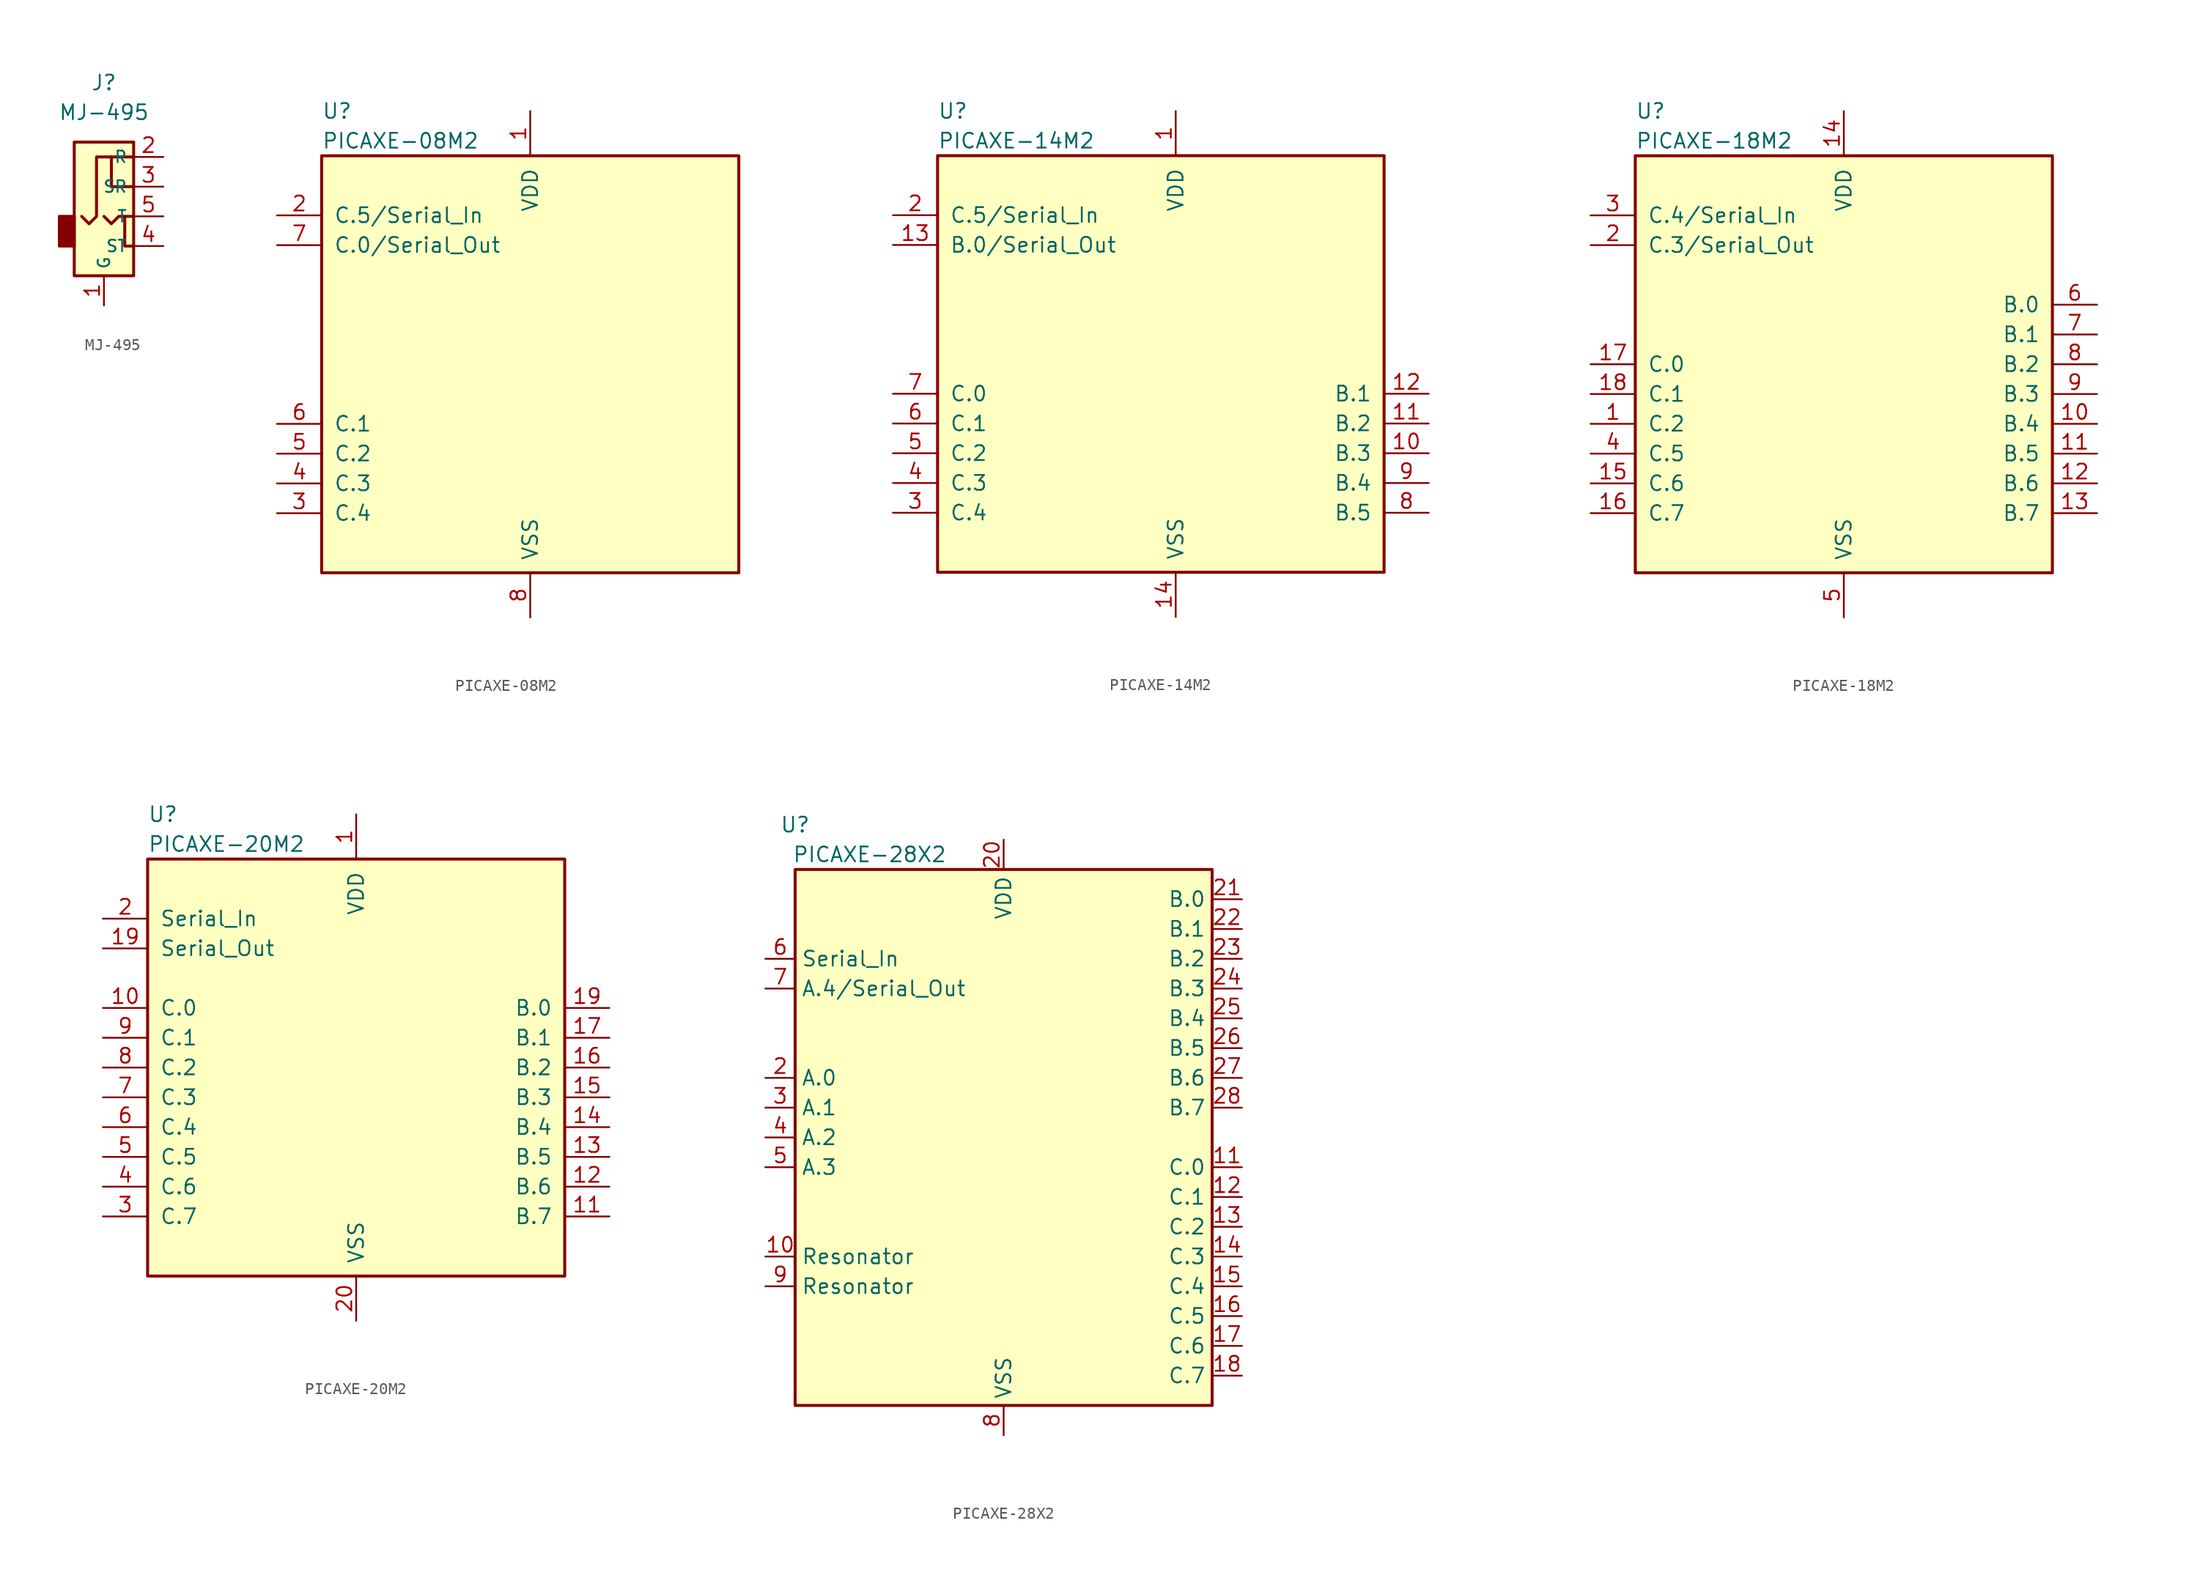
<source format=kicad_sym>
(kicad_symbol_lib
  (version 20211014)
  (generator kicad_symbol_editor)
  (symbol "MJ-495"
    (property "Reference" "J"
      (at 0 11.43 0)
      (effects (font (size 1.27 1.27))))
    (property "Value" "MJ-495"
      (at 0 8.89 0)
      (effects (font (size 1.27 1.27))))
    (symbol "MJ-495_0_1"
      (rectangle (start -2.54 -2.54) (end -3.81 0) (stroke (width 0.254) (type default) (color 0 0 0 0)) (fill (type outline)))
      (rectangle (start 2.54 6.35) (end -2.54 -5.08) (stroke (width 0.254) (type default) (color 0 0 0 0)) (fill (type background))))
    (symbol "MJ-495_1_1"
      (polyline (pts (xy 0 0) (xy 0.635 -0.635) (xy 1.27 0) (xy 2.54 0)) (stroke (width 0.254) (type default) (color 0 0 0 0)) (fill (type none)))
      (polyline (pts (xy 2.54 -2.54) (xy 1.778 -2.54) (xy 1.778 -0.254) (xy 1.778 -0.042)) (stroke (width 0.254) (type default) (color 0 0 0 0)) (fill (type none)))
      (polyline (pts (xy 2.54 2.54) (xy 0.635 2.54) (xy 0.635 4.826) (xy 0.637 5.08)) (stroke (width 0.254) (type default) (color 0 0 0 0)) (fill (type none)))
      (polyline (pts (xy 2.54 5.08) (xy -0.635 5.08) (xy -0.635 0) (xy -1.27 -0.635) (xy -1.905 0)) (stroke (width 0.254) (type default) (color 0 0 0 0)) (fill (type none)))
      (pin passive line (at 0 -7.62 90) (length 2.54) (name "G" (effects (font (size 1 1)))) (number "1" (effects (font (size 1.27 1.27)))))
      (pin passive line (at 5.08 5.08 180) (length 2.54) (name "R" (effects (font (size 1 1)))) (number "2" (effects (font (size 1.27 1.27)))))
      (pin passive line (at 5.08 2.54 180) (length 2.54) (name "SR" (effects (font (size 1 1)))) (number "3" (effects (font (size 1.27 1.27)))))
      (pin passive line (at 5.08 -2.54 180) (length 2.54) (name "ST" (effects (font (size 1 1)))) (number "4" (effects (font (size 1.27 1.27)))))
      (pin passive line (at 5.08 0 180) (length 2.54) (name "T" (effects (font (size 1 1)))) (number "5" (effects (font (size 1.27 1.27)))))))
  (symbol "PICAXE-08M2"
    (pin_names
      (offset 1.016))
    (property "Reference" "U"
      (at -17.78 22.86 0)
      (effects (font (size 1.27 1.27)) (justify left)))
    (property "Value" "PICAXE-08M2"
      (at -17.78 20.32 0)
      (effects (font (size 1.27 1.27)) (justify left)))
    (symbol "PICAXE-08M2_0_1"
      (rectangle (start -17.78 19.05) (end 17.78 -16.51) (stroke (width 0.254) (type default) (color 0 0 0 0)) (fill (type background))))
    (symbol "PICAXE-08M2_1_1"
      (pin power_in line (at 0 22.86 270) (length 3.81) (name "VDD" (effects (font (size 1.27 1.27)))) (number "1" (effects (font (size 1.27 1.27)))))
      (pin input line (at -21.59 13.97 0) (length 3.81) (name "C.5/Serial_In" (effects (font (size 1.27 1.27)))) (number "2" (effects (font (size 1.27 1.27)))))
      (pin bidirectional line (at -21.59 -11.43 0) (length 3.81) (name "C.4" (effects (font (size 1.27 1.27)))) (number "3" (effects (font (size 1.27 1.27)))))
      (pin bidirectional line (at -21.59 -8.89 0) (length 3.81) (name "C.3" (effects (font (size 1.27 1.27)))) (number "4" (effects (font (size 1.27 1.27)))))
      (pin bidirectional line (at -21.59 -6.35 0) (length 3.81) (name "C.2" (effects (font (size 1.27 1.27)))) (number "5" (effects (font (size 1.27 1.27)))))
      (pin bidirectional line (at -21.59 -3.81 0) (length 3.81) (name "C.1" (effects (font (size 1.27 1.27)))) (number "6" (effects (font (size 1.27 1.27)))))
      (pin output line (at -21.59 11.43 0) (length 3.81) (name "C.0/Serial_Out" (effects (font (size 1.27 1.27)))) (number "7" (effects (font (size 1.27 1.27)))))
      (pin power_in line (at 0 -20.32 90) (length 3.81) (name "VSS" (effects (font (size 1.27 1.27)))) (number "8" (effects (font (size 1.27 1.27)))))))
  (symbol "PICAXE-14M2"
    (pin_names
      (offset 1.016))
    (property "Reference" "U"
      (at -20.32 22.86 0)
      (effects (font (size 1.27 1.27)) (justify left)))
    (property "Value" "PICAXE-14M2"
      (at -20.32 20.32 0)
      (effects (font (size 1.27 1.27)) (justify left)))
    (symbol "PICAXE-14M2_0_1"
      (rectangle (start -20.32 19.05) (end 17.78 -16.51) (stroke (width 0.254) (type default) (color 0 0 0 0)) (fill (type background))))
    (symbol "PICAXE-14M2_1_1"
      (pin power_in line (at 0 22.86 270) (length 3.81) (name "VDD" (effects (font (size 1.27 1.27)))) (number "1" (effects (font (size 1.27 1.27)))))
      (pin bidirectional line (at 21.59 -6.35 180) (length 3.81) (name "B.3" (effects (font (size 1.27 1.27)))) (number "10" (effects (font (size 1.27 1.27)))))
      (pin bidirectional line (at 21.59 -3.81 180) (length 3.81) (name "B.2" (effects (font (size 1.27 1.27)))) (number "11" (effects (font (size 1.27 1.27)))))
      (pin bidirectional line (at 21.59 -1.27 180) (length 3.81) (name "B.1" (effects (font (size 1.27 1.27)))) (number "12" (effects (font (size 1.27 1.27)))))
      (pin output line (at -24.13 11.43 0) (length 3.81) (name "B.0/Serial_Out" (effects (font (size 1.27 1.27)))) (number "13" (effects (font (size 1.27 1.27)))))
      (pin power_in line (at 0 -20.32 90) (length 3.81) (name "VSS" (effects (font (size 1.27 1.27)))) (number "14" (effects (font (size 1.27 1.27)))))
      (pin input line (at -24.13 13.97 0) (length 3.81) (name "C.5/Serial_In" (effects (font (size 1.27 1.27)))) (number "2" (effects (font (size 1.27 1.27)))))
      (pin bidirectional line (at -24.13 -11.43 0) (length 3.81) (name "C.4" (effects (font (size 1.27 1.27)))) (number "3" (effects (font (size 1.27 1.27)))))
      (pin bidirectional line (at -24.13 -8.89 0) (length 3.81) (name "C.3" (effects (font (size 1.27 1.27)))) (number "4" (effects (font (size 1.27 1.27)))))
      (pin bidirectional line (at -24.13 -6.35 0) (length 3.81) (name "C.2" (effects (font (size 1.27 1.27)))) (number "5" (effects (font (size 1.27 1.27)))))
      (pin bidirectional line (at -24.13 -3.81 0) (length 3.81) (name "C.1" (effects (font (size 1.27 1.27)))) (number "6" (effects (font (size 1.27 1.27)))))
      (pin bidirectional line (at -24.13 -1.27 0) (length 3.81) (name "C.0" (effects (font (size 1.27 1.27)))) (number "7" (effects (font (size 1.27 1.27)))))
      (pin bidirectional line (at 21.59 -11.43 180) (length 3.81) (name "B.5" (effects (font (size 1.27 1.27)))) (number "8" (effects (font (size 1.27 1.27)))))
      (pin bidirectional line (at 21.59 -8.89 180) (length 3.81) (name "B.4" (effects (font (size 1.27 1.27)))) (number "9" (effects (font (size 1.27 1.27)))))))
  (symbol "PICAXE-18M2"
    (pin_names
      (offset 1.016))
    (property "Reference" "U"
      (at -17.78 22.86 0)
      (effects (font (size 1.27 1.27)) (justify left)))
    (property "Value" "PICAXE-18M2"
      (at -17.78 20.32 0)
      (effects (font (size 1.27 1.27)) (justify left)))
    (symbol "PICAXE-18M2_0_1"
      (rectangle (start -17.78 19.05) (end 17.78 -16.51) (stroke (width 0.254) (type default) (color 0 0 0 0)) (fill (type background))))
    (symbol "PICAXE-18M2_1_1"
      (pin bidirectional line (at -21.59 -3.81 0) (length 3.81) (name "C.2" (effects (font (size 1.27 1.27)))) (number "1" (effects (font (size 1.27 1.27)))))
      (pin bidirectional line (at 21.59 -3.81 180) (length 3.81) (name "B.4" (effects (font (size 1.27 1.27)))) (number "10" (effects (font (size 1.27 1.27)))))
      (pin bidirectional line (at 21.59 -6.35 180) (length 3.81) (name "B.5" (effects (font (size 1.27 1.27)))) (number "11" (effects (font (size 1.27 1.27)))))
      (pin bidirectional line (at 21.59 -8.89 180) (length 3.81) (name "B.6" (effects (font (size 1.27 1.27)))) (number "12" (effects (font (size 1.27 1.27)))))
      (pin bidirectional line (at 21.59 -11.43 180) (length 3.81) (name "B.7" (effects (font (size 1.27 1.27)))) (number "13" (effects (font (size 1.27 1.27)))))
      (pin power_in line (at 0 22.86 270) (length 3.81) (name "VDD" (effects (font (size 1.27 1.27)))) (number "14" (effects (font (size 1.27 1.27)))))
      (pin bidirectional line (at -21.59 -8.89 0) (length 3.81) (name "C.6" (effects (font (size 1.27 1.27)))) (number "15" (effects (font (size 1.27 1.27)))))
      (pin bidirectional line (at -21.59 -11.43 0) (length 3.81) (name "C.7" (effects (font (size 1.27 1.27)))) (number "16" (effects (font (size 1.27 1.27)))))
      (pin bidirectional line (at -21.59 1.27 0) (length 3.81) (name "C.0" (effects (font (size 1.27 1.27)))) (number "17" (effects (font (size 1.27 1.27)))))
      (pin bidirectional line (at -21.59 -1.27 0) (length 3.81) (name "C.1" (effects (font (size 1.27 1.27)))) (number "18" (effects (font (size 1.27 1.27)))))
      (pin output line (at -21.59 11.43 0) (length 3.81) (name "C.3/Serial_Out" (effects (font (size 1.27 1.27)))) (number "2" (effects (font (size 1.27 1.27)))))
      (pin input line (at -21.59 13.97 0) (length 3.81) (name "C.4/Serial_In" (effects (font (size 1.27 1.27)))) (number "3" (effects (font (size 1.27 1.27)))))
      (pin bidirectional line (at -21.59 -6.35 0) (length 3.81) (name "C.5" (effects (font (size 1.27 1.27)))) (number "4" (effects (font (size 1.27 1.27)))))
      (pin power_in line (at 0 -20.32 90) (length 3.81) (name "VSS" (effects (font (size 1.27 1.27)))) (number "5" (effects (font (size 1.27 1.27)))))
      (pin bidirectional line (at 21.59 6.35 180) (length 3.81) (name "B.0" (effects (font (size 1.27 1.27)))) (number "6" (effects (font (size 1.27 1.27)))))
      (pin bidirectional line (at 21.59 3.81 180) (length 3.81) (name "B.1" (effects (font (size 1.27 1.27)))) (number "7" (effects (font (size 1.27 1.27)))))
      (pin bidirectional line (at 21.59 1.27 180) (length 3.81) (name "B.2" (effects (font (size 1.27 1.27)))) (number "8" (effects (font (size 1.27 1.27)))))
      (pin bidirectional line (at 21.59 -1.27 180) (length 3.81) (name "B.3" (effects (font (size 1.27 1.27)))) (number "9" (effects (font (size 1.27 1.27)))))))
  (symbol "PICAXE-20M2"
    (pin_names
      (offset 1.016))
    (property "Reference" "U"
      (at -17.78 22.86 0)
      (effects (font (size 1.27 1.27)) (justify left)))
    (property "Value" "PICAXE-20M2"
      (at -17.78 20.32 0)
      (effects (font (size 1.27 1.27)) (justify left)))
    (symbol "PICAXE-20M2_0_1"
      (rectangle (start -17.78 19.05) (end 17.78 -16.51) (stroke (width 0.254) (type default) (color 0 0 0 0)) (fill (type background))))
    (symbol "PICAXE-20M2_1_1"
      (pin power_in line (at 0 22.86 270) (length 3.81) (name "VDD" (effects (font (size 1.27 1.27)))) (number "1" (effects (font (size 1.27 1.27)))))
      (pin bidirectional line (at -21.59 6.35 0) (length 3.81) (name "C.0" (effects (font (size 1.27 1.27)))) (number "10" (effects (font (size 1.27 1.27)))))
      (pin bidirectional line (at 21.59 -11.43 180) (length 3.81) (name "B.7" (effects (font (size 1.27 1.27)))) (number "11" (effects (font (size 1.27 1.27)))))
      (pin bidirectional line (at 21.59 -8.89 180) (length 3.81) (name "B.6" (effects (font (size 1.27 1.27)))) (number "12" (effects (font (size 1.27 1.27)))))
      (pin bidirectional line (at 21.59 -6.35 180) (length 3.81) (name "B.5" (effects (font (size 1.27 1.27)))) (number "13" (effects (font (size 1.27 1.27)))))
      (pin bidirectional line (at 21.59 -3.81 180) (length 3.81) (name "B.4" (effects (font (size 1.27 1.27)))) (number "14" (effects (font (size 1.27 1.27)))))
      (pin bidirectional line (at 21.59 -1.27 180) (length 3.81) (name "B.3" (effects (font (size 1.27 1.27)))) (number "15" (effects (font (size 1.27 1.27)))))
      (pin bidirectional line (at 21.59 1.27 180) (length 3.81) (name "B.2" (effects (font (size 1.27 1.27)))) (number "16" (effects (font (size 1.27 1.27)))))
      (pin bidirectional line (at 21.59 3.81 180) (length 3.81) (name "B.1" (effects (font (size 1.27 1.27)))) (number "17" (effects (font (size 1.27 1.27)))))
      (pin bidirectional line (at 21.59 6.35 180) (length 3.81) (name "B.0" (effects (font (size 1.27 1.27)))) (number "19" (effects (font (size 1.27 1.27)))))
      (pin output line (at -21.59 11.43 0) (length 3.81) (name "Serial_Out" (effects (font (size 1.27 1.27)))) (number "19" (effects (font (size 1.27 1.27)))))
      (pin input line (at -21.59 13.97 0) (length 3.81) (name "Serial_In" (effects (font (size 1.27 1.27)))) (number "2" (effects (font (size 1.27 1.27)))))
      (pin power_in line (at 0 -20.32 90) (length 3.81) (name "VSS" (effects (font (size 1.27 1.27)))) (number "20" (effects (font (size 1.27 1.27)))))
      (pin bidirectional line (at -21.59 -11.43 0) (length 3.81) (name "C.7" (effects (font (size 1.27 1.27)))) (number "3" (effects (font (size 1.27 1.27)))))
      (pin bidirectional line (at -21.59 -8.89 0) (length 3.81) (name "C.6" (effects (font (size 1.27 1.27)))) (number "4" (effects (font (size 1.27 1.27)))))
      (pin bidirectional line (at -21.59 -6.35 0) (length 3.81) (name "C.5" (effects (font (size 1.27 1.27)))) (number "5" (effects (font (size 1.27 1.27)))))
      (pin bidirectional line (at -21.59 -3.81 0) (length 3.81) (name "C.4" (effects (font (size 1.27 1.27)))) (number "6" (effects (font (size 1.27 1.27)))))
      (pin bidirectional line (at -21.59 -1.27 0) (length 3.81) (name "C.3" (effects (font (size 1.27 1.27)))) (number "7" (effects (font (size 1.27 1.27)))))
      (pin bidirectional line (at -21.59 1.27 0) (length 3.81) (name "C.2" (effects (font (size 1.27 1.27)))) (number "8" (effects (font (size 1.27 1.27)))))
      (pin bidirectional line (at -21.59 3.81 0) (length 3.81) (name "C.1" (effects (font (size 1.27 1.27)))) (number "9" (effects (font (size 1.27 1.27)))))))
  (symbol "PICAXE-28X2"
    (property "Reference" "U"
      (at -17.78 26.67 0)
      (effects (font (size 1.27 1.27))))
    (property "Value" "PICAXE-28X2"
      (at -11.43 24.13 0)
      (effects (font (size 1.27 1.27))))
    (symbol "PICAXE-28X2_1_1"
      (rectangle (start -17.78 22.86) (end 17.78 -22.86) (stroke (width 0.254) (type default) (color 0 0 0 0)) (fill (type background)))
      (pin bidirectional line (at -20.32 -10.16 0) (length 2.54) (name "Resonator" (effects (font (size 1.27 1.27)))) (number "10" (effects (font (size 1.27 1.27)))))
      (pin bidirectional line (at 20.32 -2.54 180) (length 2.54) (name "C.0" (effects (font (size 1.27 1.27)))) (number "11" (effects (font (size 1.27 1.27)))))
      (pin bidirectional line (at 20.32 -5.08 180) (length 2.54) (name "C.1" (effects (font (size 1.27 1.27)))) (number "12" (effects (font (size 1.27 1.27)))))
      (pin bidirectional line (at 20.32 -7.62 180) (length 2.54) (name "C.2" (effects (font (size 1.27 1.27)))) (number "13" (effects (font (size 1.27 1.27)))))
      (pin bidirectional line (at 20.32 -10.16 180) (length 2.54) (name "C.3" (effects (font (size 1.27 1.27)))) (number "14" (effects (font (size 1.27 1.27)))))
      (pin bidirectional line (at 20.32 -12.7 180) (length 2.54) (name "C.4" (effects (font (size 1.27 1.27)))) (number "15" (effects (font (size 1.27 1.27)))))
      (pin bidirectional line (at 20.32 -15.24 180) (length 2.54) (name "C.5" (effects (font (size 1.27 1.27)))) (number "16" (effects (font (size 1.27 1.27)))))
      (pin bidirectional line (at 20.32 -17.78 180) (length 2.54) (name "C.6" (effects (font (size 1.27 1.27)))) (number "17" (effects (font (size 1.27 1.27)))))
      (pin bidirectional line (at 20.32 -20.32 180) (length 2.54) (name "C.7" (effects (font (size 1.27 1.27)))) (number "18" (effects (font (size 1.27 1.27)))))
      (pin passive line (at 0 -25.4 90) (length 2.54) hide (name "VSS" (effects (font (size 1.27 1.27)))) (number "19" (effects (font (size 1.27 1.27)))))
      (pin bidirectional line (at -20.32 5.08 0) (length 2.54) (name "A.0" (effects (font (size 1.27 1.27)))) (number "2" (effects (font (size 1.27 1.27)))))
      (pin power_in line (at 0 25.4 270) (length 2.54) (name "VDD" (effects (font (size 1.27 1.27)))) (number "20" (effects (font (size 1.27 1.27)))))
      (pin bidirectional line (at 20.32 20.32 180) (length 2.54) (name "B.0" (effects (font (size 1.27 1.27)))) (number "21" (effects (font (size 1.27 1.27)))))
      (pin bidirectional line (at 20.32 17.78 180) (length 2.54) (name "B.1" (effects (font (size 1.27 1.27)))) (number "22" (effects (font (size 1.27 1.27)))))
      (pin bidirectional line (at 20.32 15.24 180) (length 2.54) (name "B.2" (effects (font (size 1.27 1.27)))) (number "23" (effects (font (size 1.27 1.27)))))
      (pin bidirectional line (at 20.32 12.7 180) (length 2.54) (name "B.3" (effects (font (size 1.27 1.27)))) (number "24" (effects (font (size 1.27 1.27)))))
      (pin bidirectional line (at 20.32 10.16 180) (length 2.54) (name "B.4" (effects (font (size 1.27 1.27)))) (number "25" (effects (font (size 1.27 1.27)))))
      (pin bidirectional line (at 20.32 7.62 180) (length 2.54) (name "B.5" (effects (font (size 1.27 1.27)))) (number "26" (effects (font (size 1.27 1.27)))))
      (pin bidirectional line (at 20.32 5.08 180) (length 2.54) (name "B.6" (effects (font (size 1.27 1.27)))) (number "27" (effects (font (size 1.27 1.27)))))
      (pin bidirectional line (at 20.32 2.54 180) (length 2.54) (name "B.7" (effects (font (size 1.27 1.27)))) (number "28" (effects (font (size 1.27 1.27)))))
      (pin bidirectional line (at -20.32 2.54 0) (length 2.54) (name "A.1" (effects (font (size 1.27 1.27)))) (number "3" (effects (font (size 1.27 1.27)))))
      (pin bidirectional line (at -20.32 0 0) (length 2.54) (name "A.2" (effects (font (size 1.27 1.27)))) (number "4" (effects (font (size 1.27 1.27)))))
      (pin bidirectional line (at -20.32 -2.54 0) (length 2.54) (name "A.3" (effects (font (size 1.27 1.27)))) (number "5" (effects (font (size 1.27 1.27)))))
      (pin input line (at -20.32 15.24 0) (length 2.54) (name "Serial_In" (effects (font (size 1.27 1.27)))) (number "6" (effects (font (size 1.27 1.27)))))
      (pin input line (at -20.32 12.7 0) (length 2.54) (name "A.4/Serial_Out" (effects (font (size 1.27 1.27)))) (number "7" (effects (font (size 1.27 1.27)))))
      (pin power_in line (at 0 -25.4 90) (length 2.54) (name "VSS" (effects (font (size 1.27 1.27)))) (number "8" (effects (font (size 1.27 1.27)))))
      (pin bidirectional line (at -20.32 -12.7 0) (length 2.54) (name "Resonator" (effects (font (size 1.27 1.27)))) (number "9" (effects (font (size 1.27 1.27))))))))
</source>
